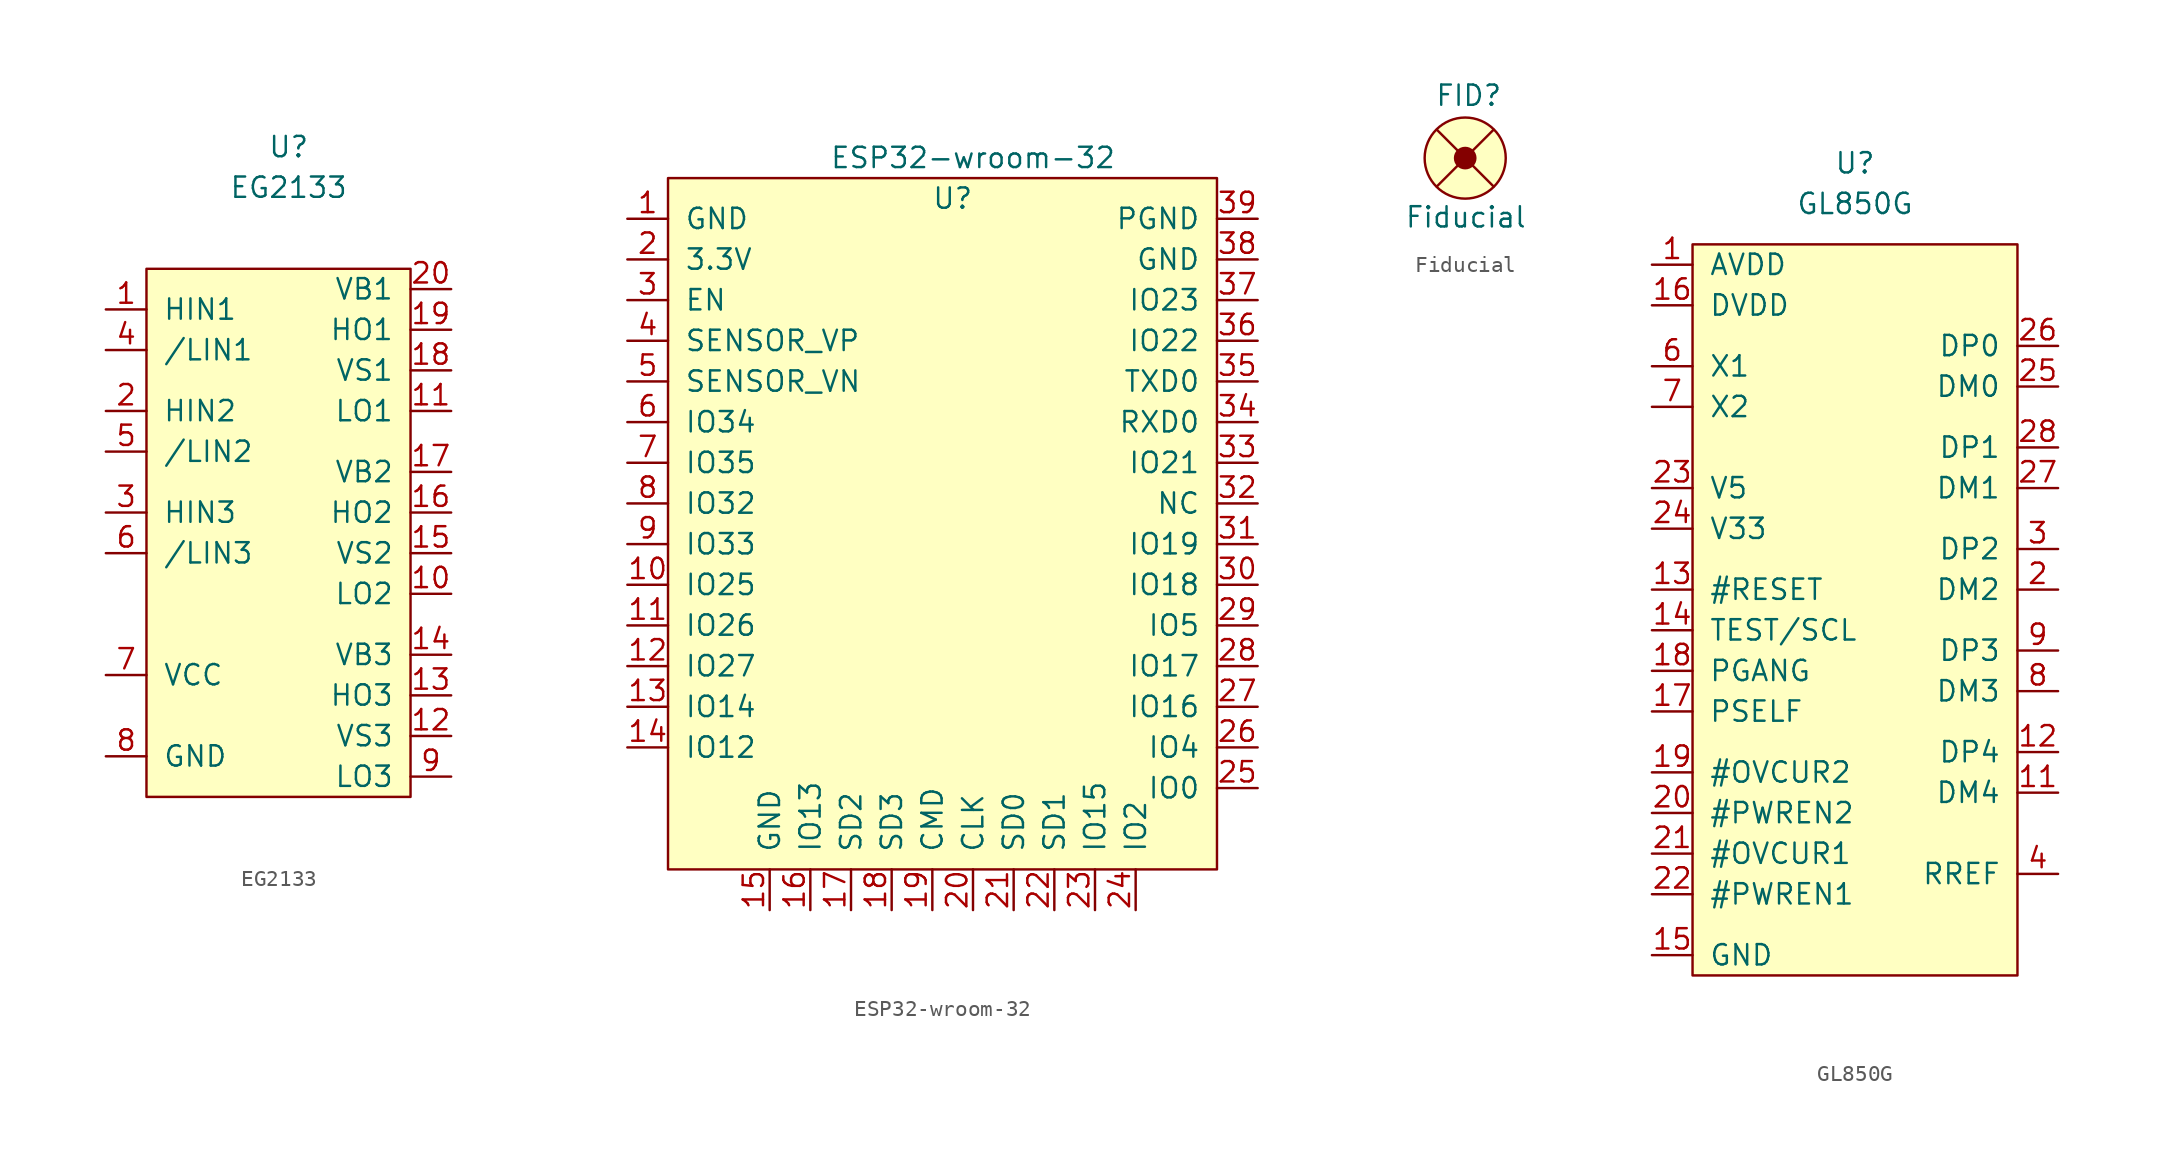
<source format=kicad_sym>
(kicad_symbol_lib
  (version 20211014)
  (generator kicad_symbol_editor)
  (symbol "EG2133"
    (pin_names
      (offset 1.016))
    (property "Reference" "U"
      (at 0 24.13 0)
      (effects (font (size 1.27 1.27))))
    (property "Value" "EG2133"
      (at 0 21.59 0)
      (effects (font (size 1.27 1.27))))
    (symbol "EG2133_0_1"
      (rectangle (start -8.89 16.51) (end 7.62 -16.51) (stroke (width 0) (type default) (color 0 0 0 0)) (fill (type background))))
    (symbol "EG2133_1_1"
      (pin input line (at -11.43 13.97 0) (length 2.54) (name "HIN1" (effects (font (size 1.27 1.27)))) (number "1" (effects (font (size 1.27 1.27)))))
      (pin input line (at 10.16 -3.81 180) (length 2.54) (name "LO2" (effects (font (size 1.27 1.27)))) (number "10" (effects (font (size 1.27 1.27)))))
      (pin input line (at 10.16 7.62 180) (length 2.54) (name "LO1" (effects (font (size 1.27 1.27)))) (number "11" (effects (font (size 1.27 1.27)))))
      (pin input line (at 10.16 -12.7 180) (length 2.54) (name "VS3" (effects (font (size 1.27 1.27)))) (number "12" (effects (font (size 1.27 1.27)))))
      (pin input line (at 10.16 -10.16 180) (length 2.54) (name "HO3" (effects (font (size 1.27 1.27)))) (number "13" (effects (font (size 1.27 1.27)))))
      (pin input line (at 10.16 -7.62 180) (length 2.54) (name "VB3" (effects (font (size 1.27 1.27)))) (number "14" (effects (font (size 1.27 1.27)))))
      (pin input line (at 10.16 -1.27 180) (length 2.54) (name "VS2" (effects (font (size 1.27 1.27)))) (number "15" (effects (font (size 1.27 1.27)))))
      (pin input line (at 10.16 1.27 180) (length 2.54) (name "HO2" (effects (font (size 1.27 1.27)))) (number "16" (effects (font (size 1.27 1.27)))))
      (pin input line (at 10.16 3.81 180) (length 2.54) (name "VB2" (effects (font (size 1.27 1.27)))) (number "17" (effects (font (size 1.27 1.27)))))
      (pin input line (at 10.16 10.16 180) (length 2.54) (name "VS1" (effects (font (size 1.27 1.27)))) (number "18" (effects (font (size 1.27 1.27)))))
      (pin input line (at 10.16 12.7 180) (length 2.54) (name "HO1" (effects (font (size 1.27 1.27)))) (number "19" (effects (font (size 1.27 1.27)))))
      (pin input line (at -11.43 7.62 0) (length 2.54) (name "HIN2" (effects (font (size 1.27 1.27)))) (number "2" (effects (font (size 1.27 1.27)))))
      (pin input line (at 10.16 15.24 180) (length 2.54) (name "VB1" (effects (font (size 1.27 1.27)))) (number "20" (effects (font (size 1.27 1.27)))))
      (pin input line (at -11.43 1.27 0) (length 2.54) (name "HIN3" (effects (font (size 1.27 1.27)))) (number "3" (effects (font (size 1.27 1.27)))))
      (pin input line (at -11.43 11.43 0) (length 2.54) (name "/LIN1" (effects (font (size 1.27 1.27)))) (number "4" (effects (font (size 1.27 1.27)))))
      (pin input line (at -11.43 5.08 0) (length 2.54) (name "/LIN2" (effects (font (size 1.27 1.27)))) (number "5" (effects (font (size 1.27 1.27)))))
      (pin input line (at -11.43 -1.27 0) (length 2.54) (name "/LIN3" (effects (font (size 1.27 1.27)))) (number "6" (effects (font (size 1.27 1.27)))))
      (pin input line (at -11.43 -8.89 0) (length 2.54) (name "VCC" (effects (font (size 1.27 1.27)))) (number "7" (effects (font (size 1.27 1.27)))))
      (pin input line (at -11.43 -13.97 0) (length 2.54) (name "GND" (effects (font (size 1.27 1.27)))) (number "8" (effects (font (size 1.27 1.27)))))
      (pin input line (at 10.16 -15.24 180) (length 2.54) (name "LO3" (effects (font (size 1.27 1.27)))) (number "9" (effects (font (size 1.27 1.27)))))))
  (symbol "ESP32-wroom-32"
    (pin_names
      (offset 1.016))
    (property "Reference" "U"
      (at 0 20.32 0)
      (effects (font (size 1.27 1.27))))
    (property "Value" "ESP32-wroom-32"
      (at 1.27 22.86 0)
      (effects (font (size 1.27 1.27))))
    (symbol "ESP32-wroom-32_0_1"
      (rectangle (start -17.78 21.59) (end 16.51 -21.59) (stroke (width 0) (type default) (color 0 0 0 0)) (fill (type background))))
    (symbol "ESP32-wroom-32_1_1"
      (pin input line (at -20.32 19.05 0) (length 2.54) (name "GND" (effects (font (size 1.27 1.27)))) (number "1" (effects (font (size 1.27 1.27)))))
      (pin input line (at -20.32 -3.81 0) (length 2.54) (name "IO25" (effects (font (size 1.27 1.27)))) (number "10" (effects (font (size 1.27 1.27)))))
      (pin input line (at -20.32 -6.35 0) (length 2.54) (name "IO26" (effects (font (size 1.27 1.27)))) (number "11" (effects (font (size 1.27 1.27)))))
      (pin input line (at -20.32 -8.89 0) (length 2.54) (name "IO27" (effects (font (size 1.27 1.27)))) (number "12" (effects (font (size 1.27 1.27)))))
      (pin input line (at -20.32 -11.43 0) (length 2.54) (name "IO14" (effects (font (size 1.27 1.27)))) (number "13" (effects (font (size 1.27 1.27)))))
      (pin input line (at -20.32 -13.97 0) (length 2.54) (name "IO12" (effects (font (size 1.27 1.27)))) (number "14" (effects (font (size 1.27 1.27)))))
      (pin input line (at -11.43 -24.13 90) (length 2.54) (name "GND" (effects (font (size 1.27 1.27)))) (number "15" (effects (font (size 1.27 1.27)))))
      (pin input line (at -8.89 -24.13 90) (length 2.54) (name "IO13" (effects (font (size 1.27 1.27)))) (number "16" (effects (font (size 1.27 1.27)))))
      (pin input line (at -6.35 -24.13 90) (length 2.54) (name "SD2" (effects (font (size 1.27 1.27)))) (number "17" (effects (font (size 1.27 1.27)))))
      (pin input line (at -3.81 -24.13 90) (length 2.54) (name "SD3" (effects (font (size 1.27 1.27)))) (number "18" (effects (font (size 1.27 1.27)))))
      (pin input line (at -1.27 -24.13 90) (length 2.54) (name "CMD" (effects (font (size 1.27 1.27)))) (number "19" (effects (font (size 1.27 1.27)))))
      (pin input line (at -20.32 16.51 0) (length 2.54) (name "3.3V" (effects (font (size 1.27 1.27)))) (number "2" (effects (font (size 1.27 1.27)))))
      (pin input line (at 1.27 -24.13 90) (length 2.54) (name "CLK" (effects (font (size 1.27 1.27)))) (number "20" (effects (font (size 1.27 1.27)))))
      (pin input line (at 3.81 -24.13 90) (length 2.54) (name "SD0" (effects (font (size 1.27 1.27)))) (number "21" (effects (font (size 1.27 1.27)))))
      (pin input line (at 6.35 -24.13 90) (length 2.54) (name "SD1" (effects (font (size 1.27 1.27)))) (number "22" (effects (font (size 1.27 1.27)))))
      (pin input line (at 8.89 -24.13 90) (length 2.54) (name "IO15" (effects (font (size 1.27 1.27)))) (number "23" (effects (font (size 1.27 1.27)))))
      (pin input line (at 11.43 -24.13 90) (length 2.54) (name "IO2" (effects (font (size 1.27 1.27)))) (number "24" (effects (font (size 1.27 1.27)))))
      (pin input line (at 19.05 -16.51 180) (length 2.54) (name "IO0" (effects (font (size 1.27 1.27)))) (number "25" (effects (font (size 1.27 1.27)))))
      (pin input line (at 19.05 -13.97 180) (length 2.54) (name "IO4" (effects (font (size 1.27 1.27)))) (number "26" (effects (font (size 1.27 1.27)))))
      (pin input line (at 19.05 -11.43 180) (length 2.54) (name "IO16" (effects (font (size 1.27 1.27)))) (number "27" (effects (font (size 1.27 1.27)))))
      (pin input line (at 19.05 -8.89 180) (length 2.54) (name "IO17" (effects (font (size 1.27 1.27)))) (number "28" (effects (font (size 1.27 1.27)))))
      (pin input line (at 19.05 -6.35 180) (length 2.54) (name "IO5" (effects (font (size 1.27 1.27)))) (number "29" (effects (font (size 1.27 1.27)))))
      (pin input line (at -20.32 13.97 0) (length 2.54) (name "EN" (effects (font (size 1.27 1.27)))) (number "3" (effects (font (size 1.27 1.27)))))
      (pin input line (at 19.05 -3.81 180) (length 2.54) (name "IO18" (effects (font (size 1.27 1.27)))) (number "30" (effects (font (size 1.27 1.27)))))
      (pin input line (at 19.05 -1.27 180) (length 2.54) (name "IO19" (effects (font (size 1.27 1.27)))) (number "31" (effects (font (size 1.27 1.27)))))
      (pin input line (at 19.05 1.27 180) (length 2.54) (name "NC" (effects (font (size 1.27 1.27)))) (number "32" (effects (font (size 1.27 1.27)))))
      (pin input line (at 19.05 3.81 180) (length 2.54) (name "IO21" (effects (font (size 1.27 1.27)))) (number "33" (effects (font (size 1.27 1.27)))))
      (pin input line (at 19.05 6.35 180) (length 2.54) (name "RXD0" (effects (font (size 1.27 1.27)))) (number "34" (effects (font (size 1.27 1.27)))))
      (pin input line (at 19.05 8.89 180) (length 2.54) (name "TXD0" (effects (font (size 1.27 1.27)))) (number "35" (effects (font (size 1.27 1.27)))))
      (pin input line (at 19.05 11.43 180) (length 2.54) (name "IO22" (effects (font (size 1.27 1.27)))) (number "36" (effects (font (size 1.27 1.27)))))
      (pin input line (at 19.05 13.97 180) (length 2.54) (name "IO23" (effects (font (size 1.27 1.27)))) (number "37" (effects (font (size 1.27 1.27)))))
      (pin input line (at 19.05 16.51 180) (length 2.54) (name "GND" (effects (font (size 1.27 1.27)))) (number "38" (effects (font (size 1.27 1.27)))))
      (pin input line (at 19.05 19.05 180) (length 2.54) (name "PGND" (effects (font (size 1.27 1.27)))) (number "39" (effects (font (size 1.27 1.27)))))
      (pin input line (at -20.32 11.43 0) (length 2.54) (name "SENSOR_VP" (effects (font (size 1.27 1.27)))) (number "4" (effects (font (size 1.27 1.27)))))
      (pin input line (at -20.32 8.89 0) (length 2.54) (name "SENSOR_VN" (effects (font (size 1.27 1.27)))) (number "5" (effects (font (size 1.27 1.27)))))
      (pin input line (at -20.32 6.35 0) (length 2.54) (name "IO34" (effects (font (size 1.27 1.27)))) (number "6" (effects (font (size 1.27 1.27)))))
      (pin input line (at -20.32 3.81 0) (length 2.54) (name "IO35" (effects (font (size 1.27 1.27)))) (number "7" (effects (font (size 1.27 1.27)))))
      (pin input line (at -20.32 1.27 0) (length 2.54) (name "IO32" (effects (font (size 1.27 1.27)))) (number "8" (effects (font (size 1.27 1.27)))))
      (pin input line (at -20.32 -1.27 0) (length 2.54) (name "IO33" (effects (font (size 1.27 1.27)))) (number "9" (effects (font (size 1.27 1.27)))))))
  (symbol "Fiducial"
    (pin_numbers hide)
    (pin_names
      (offset 0) hide)
    (property "Reference" "FID"
      (at -1.905 3.175 0)
      (effects (font (size 1.27 1.27)) (justify left bottom)))
    (property "Value" "Fiducial"
      (at -3.81 -4.445 0)
      (effects (font (size 1.27 1.27)) (justify left bottom)))
    (property "Datasheet" ""
      (at -1.27 0 90)
      (effects (font (size 1.524 1.524))))
    (symbol "Fiducial_0_1"
      (polyline (pts (xy -1.778 -1.778) (xy 1.778 1.778)) (stroke (width 0) (type default) (color 0 0 0 0)) (fill (type none)))
      (polyline (pts (xy 1.778 -1.778) (xy -1.778 1.778)) (stroke (width 0) (type default) (color 0 0 0 0)) (fill (type none)))
      (circle (center 0 0) (radius 0.635) (stroke (width 0) (type default) (color 0 0 0 0)) (fill (type outline)))
      (circle (center 0 0) (radius 2.54) (stroke (width 0) (type default) (color 0 0 0 0)) (fill (type background))))
    (symbol "Fiducial_1_1"
      (pin no_connect line (at 0 0 90) (length 0) (name "FID*" (effects (font (size 1.27 1.27)))) (number "Fid1" (effects (font (size 1.27 1.27)))))))
  (symbol "GL850G"
    (pin_names
      (offset 1.016))
    (property "Reference" "U"
      (at 0 27.94 0)
      (effects (font (size 1.27 1.27))))
    (property "Value" "GL850G"
      (at 0 25.4 0)
      (effects (font (size 1.27 1.27))))
    (symbol "GL850G_0_1"
      (rectangle (start -10.16 22.86) (end 10.16 -22.86) (stroke (width 0) (type default) (color 0 0 0 0)) (fill (type background))))
    (symbol "GL850G_1_1"
      (pin input line (at -12.7 21.59 0) (length 2.54) (name "AVDD" (effects (font (size 1.27 1.27)))) (number "1" (effects (font (size 1.27 1.27)))))
      (pin input line (at -12.7 21.59 0) (length 2.54) hide (name "AVDD" (effects (font (size 1.27 1.27)))) (number "10" (effects (font (size 1.27 1.27)))))
      (pin input line (at 12.7 -11.43 180) (length 2.54) (name "DM4" (effects (font (size 1.27 1.27)))) (number "11" (effects (font (size 1.27 1.27)))))
      (pin input line (at 12.7 -8.89 180) (length 2.54) (name "DP4" (effects (font (size 1.27 1.27)))) (number "12" (effects (font (size 1.27 1.27)))))
      (pin input line (at -12.7 1.27 0) (length 2.54) (name "#RESET" (effects (font (size 1.27 1.27)))) (number "13" (effects (font (size 1.27 1.27)))))
      (pin input line (at -12.7 -1.27 0) (length 2.54) (name "TEST/SCL" (effects (font (size 1.27 1.27)))) (number "14" (effects (font (size 1.27 1.27)))))
      (pin input line (at -12.7 -21.59 0) (length 2.54) (name "GND" (effects (font (size 1.27 1.27)))) (number "15" (effects (font (size 1.27 1.27)))))
      (pin input line (at -12.7 19.05 0) (length 2.54) (name "DVDD" (effects (font (size 1.27 1.27)))) (number "16" (effects (font (size 1.27 1.27)))))
      (pin input line (at -12.7 -6.35 0) (length 2.54) (name "PSELF" (effects (font (size 1.27 1.27)))) (number "17" (effects (font (size 1.27 1.27)))))
      (pin input line (at -12.7 -3.81 0) (length 2.54) (name "PGANG" (effects (font (size 1.27 1.27)))) (number "18" (effects (font (size 1.27 1.27)))))
      (pin input line (at -12.7 -10.16 0) (length 2.54) (name "#OVCUR2" (effects (font (size 1.27 1.27)))) (number "19" (effects (font (size 1.27 1.27)))))
      (pin input line (at 12.7 1.27 180) (length 2.54) (name "DM2" (effects (font (size 1.27 1.27)))) (number "2" (effects (font (size 1.27 1.27)))))
      (pin input line (at -12.7 -12.7 0) (length 2.54) (name "#PWREN2" (effects (font (size 1.27 1.27)))) (number "20" (effects (font (size 1.27 1.27)))))
      (pin input line (at -12.7 -15.24 0) (length 2.54) (name "#OVCUR1" (effects (font (size 1.27 1.27)))) (number "21" (effects (font (size 1.27 1.27)))))
      (pin input line (at -12.7 -17.78 0) (length 2.54) (name "#PWREN1" (effects (font (size 1.27 1.27)))) (number "22" (effects (font (size 1.27 1.27)))))
      (pin input line (at -12.7 7.62 0) (length 2.54) (name "V5" (effects (font (size 1.27 1.27)))) (number "23" (effects (font (size 1.27 1.27)))))
      (pin input line (at -12.7 5.08 0) (length 2.54) (name "V33" (effects (font (size 1.27 1.27)))) (number "24" (effects (font (size 1.27 1.27)))))
      (pin input line (at 12.7 13.97 180) (length 2.54) (name "DM0" (effects (font (size 1.27 1.27)))) (number "25" (effects (font (size 1.27 1.27)))))
      (pin input line (at 12.7 16.51 180) (length 2.54) (name "DP0" (effects (font (size 1.27 1.27)))) (number "26" (effects (font (size 1.27 1.27)))))
      (pin input line (at 12.7 7.62 180) (length 2.54) (name "DM1" (effects (font (size 1.27 1.27)))) (number "27" (effects (font (size 1.27 1.27)))))
      (pin input line (at 12.7 10.16 180) (length 2.54) (name "DP1" (effects (font (size 1.27 1.27)))) (number "28" (effects (font (size 1.27 1.27)))))
      (pin input line (at 12.7 3.81 180) (length 2.54) (name "DP2" (effects (font (size 1.27 1.27)))) (number "3" (effects (font (size 1.27 1.27)))))
      (pin input line (at 12.7 -16.51 180) (length 2.54) (name "RREF" (effects (font (size 1.27 1.27)))) (number "4" (effects (font (size 1.27 1.27)))))
      (pin input line (at -12.7 21.59 0) (length 2.54) hide (name "AVDD" (effects (font (size 1.27 1.27)))) (number "5" (effects (font (size 1.27 1.27)))))
      (pin input line (at -12.7 15.24 0) (length 2.54) (name "X1" (effects (font (size 1.27 1.27)))) (number "6" (effects (font (size 1.27 1.27)))))
      (pin input line (at -12.7 12.7 0) (length 2.54) (name "X2" (effects (font (size 1.27 1.27)))) (number "7" (effects (font (size 1.27 1.27)))))
      (pin input line (at 12.7 -5.08 180) (length 2.54) (name "DM3" (effects (font (size 1.27 1.27)))) (number "8" (effects (font (size 1.27 1.27)))))
      (pin input line (at 12.7 -2.54 180) (length 2.54) (name "DP3" (effects (font (size 1.27 1.27)))) (number "9" (effects (font (size 1.27 1.27))))))))
</source>
